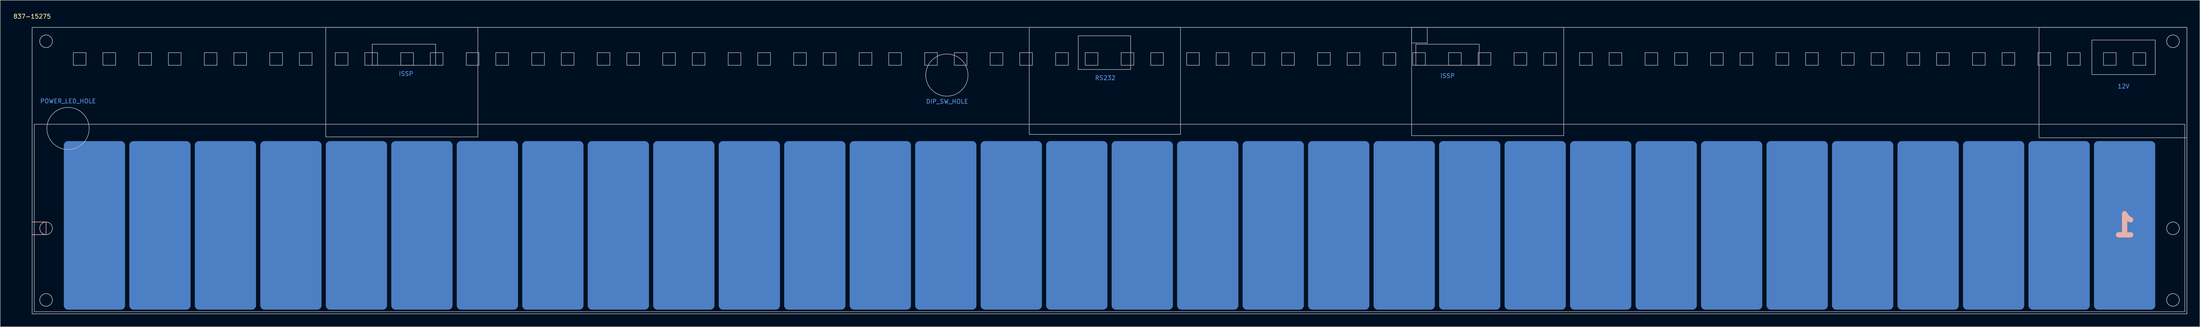
<source format=kicad_pcb>
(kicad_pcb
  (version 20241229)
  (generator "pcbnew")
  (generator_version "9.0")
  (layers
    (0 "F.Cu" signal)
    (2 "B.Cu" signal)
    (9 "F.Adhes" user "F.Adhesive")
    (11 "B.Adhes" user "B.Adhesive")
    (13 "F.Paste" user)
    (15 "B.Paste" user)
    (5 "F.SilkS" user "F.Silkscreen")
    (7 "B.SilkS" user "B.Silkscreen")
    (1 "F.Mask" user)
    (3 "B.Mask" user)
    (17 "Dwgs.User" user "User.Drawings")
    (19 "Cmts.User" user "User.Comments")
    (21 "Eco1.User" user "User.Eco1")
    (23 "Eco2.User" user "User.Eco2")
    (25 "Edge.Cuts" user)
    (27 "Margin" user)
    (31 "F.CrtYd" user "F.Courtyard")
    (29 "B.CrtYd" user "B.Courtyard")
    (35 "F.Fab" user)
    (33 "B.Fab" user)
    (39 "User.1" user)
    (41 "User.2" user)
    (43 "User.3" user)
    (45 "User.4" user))
  (footprint "837-15275"
    (layer "F.Cu")
    (at 4.554 3.448)
    (property "Reference" "837-15275" (at 0 -2.6 0) (unlocked yes) (layer "F.SilkS") (effects (font (size 1 1) (thickness 0.15))))
    (attr smd)
    (fp_rect (start 3.3 46.2) (end 0 49.2) (stroke (width 0.12) (type solid)) (fill no) (layer "F.SilkS"))
    (fp_rect (start 3.3 46.2) (end 0 49.2) (stroke (width 0.12) (type solid)) (fill no) (layer "B.SilkS"))
    (fp_rect (start 0.5 23) (end 509.5 67.5) (stroke (width 0.12) (type solid)) (fill no) (layer "Dwgs.User"))
    (fp_rect (start 9.75 6) (end 12.75 9) (stroke (width 0.12) (type solid)) (fill no) (layer "Dwgs.User"))
    (fp_rect (start 16.75 6) (end 19.75 9) (stroke (width 0.12) (type solid)) (fill no) (layer "Dwgs.User"))
    (fp_rect (start 25.25 6) (end 28.25 9) (stroke (width 0.12) (type solid)) (fill no) (layer "Dwgs.User"))
    (fp_rect (start 32.25 6) (end 35.25 9) (stroke (width 0.12) (type solid)) (fill no) (layer "Dwgs.User"))
    (fp_rect (start 40.75 6) (end 43.75 9) (stroke (width 0.12) (type solid)) (fill no) (layer "Dwgs.User"))
    (fp_rect (start 47.75 6) (end 50.75 9) (stroke (width 0.12) (type solid)) (fill no) (layer "Dwgs.User"))
    (fp_rect (start 56.25 6) (end 59.25 9) (stroke (width 0.12) (type solid)) (fill no) (layer "Dwgs.User"))
    (fp_rect (start 63.25 6) (end 66.25 9) (stroke (width 0.12) (type solid)) (fill no) (layer "Dwgs.User"))
    (fp_rect (start 69.5 0) (end 105.5 26) (stroke (width 0.12) (type solid)) (fill no) (layer "Dwgs.User"))
    (fp_rect (start 71.75 6) (end 74.75 9) (stroke (width 0.12) (type solid)) (fill no) (layer "Dwgs.User"))
    (fp_rect (start 78.75 6) (end 81.75 9) (stroke (width 0.12) (type solid)) (fill no) (layer "Dwgs.User"))
    (fp_rect (start 80.5 4) (end 95.5 9) (stroke (width 0.12) (type solid)) (fill no) (layer "Dwgs.User"))
    (fp_rect (start 87.25 6) (end 90.25 9) (stroke (width 0.12) (type solid)) (fill no) (layer "Dwgs.User"))
    (fp_rect (start 94.25 6) (end 97.25 9) (stroke (width 0.12) (type solid)) (fill no) (layer "Dwgs.User"))
    (fp_rect (start 102.75 6) (end 105.75 9) (stroke (width 0.12) (type solid)) (fill no) (layer "Dwgs.User"))
    (fp_rect (start 109.75 6) (end 112.75 9) (stroke (width 0.12) (type solid)) (fill no) (layer "Dwgs.User"))
    (fp_rect (start 118.25 6) (end 121.25 9) (stroke (width 0.12) (type solid)) (fill no) (layer "Dwgs.User"))
    (fp_rect (start 125.25 6) (end 128.25 9) (stroke (width 0.12) (type solid)) (fill no) (layer "Dwgs.User"))
    (fp_rect (start 133.75 6) (end 136.75 9) (stroke (width 0.12) (type solid)) (fill no) (layer "Dwgs.User"))
    (fp_rect (start 140.75 6) (end 143.75 9) (stroke (width 0.12) (type solid)) (fill no) (layer "Dwgs.User"))
    (fp_rect (start 149.25 6) (end 152.25 9) (stroke (width 0.12) (type solid)) (fill no) (layer "Dwgs.User"))
    (fp_rect (start 156.25 6) (end 159.25 9) (stroke (width 0.12) (type solid)) (fill no) (layer "Dwgs.User"))
    (fp_rect (start 164.75 6) (end 167.75 9) (stroke (width 0.12) (type solid)) (fill no) (layer "Dwgs.User"))
    (fp_rect (start 171.75 6) (end 174.75 9) (stroke (width 0.12) (type solid)) (fill no) (layer "Dwgs.User"))
    (fp_rect (start 180.25 6) (end 183.25 9) (stroke (width 0.12) (type solid)) (fill no) (layer "Dwgs.User"))
    (fp_rect (start 187.25 6) (end 190.25 9) (stroke (width 0.12) (type solid)) (fill no) (layer "Dwgs.User"))
    (fp_rect (start 195.75 6) (end 198.75 9) (stroke (width 0.12) (type solid)) (fill no) (layer "Dwgs.User"))
    (fp_rect (start 202.75 6) (end 205.75 9) (stroke (width 0.12) (type solid)) (fill no) (layer "Dwgs.User"))
    (fp_rect (start 211.25 6) (end 214.25 9) (stroke (width 0.12) (type solid)) (fill no) (layer "Dwgs.User"))
    (fp_rect (start 218.25 6) (end 221.25 9) (stroke (width 0.12) (type solid)) (fill no) (layer "Dwgs.User"))
    (fp_rect (start 226.75 6) (end 229.75 9) (stroke (width 0.12) (type solid)) (fill no) (layer "Dwgs.User"))
    (fp_rect (start 233.75 6) (end 236.75 9) (stroke (width 0.12) (type solid)) (fill no) (layer "Dwgs.User"))
    (fp_rect (start 236 0) (end 271.8 25.4) (stroke (width 0.12) (type solid)) (fill no) (layer "Dwgs.User"))
    (fp_rect (start 242.25 6) (end 245.25 9) (stroke (width 0.12) (type solid)) (fill no) (layer "Dwgs.User"))
    (fp_rect (start 247.6 2) (end 260 10) (stroke (width 0.12) (type solid)) (fill no) (layer "Dwgs.User"))
    (fp_rect (start 249.25 6) (end 252.25 9) (stroke (width 0.12) (type solid)) (fill no) (layer "Dwgs.User"))
    (fp_rect (start 257.75 6) (end 260.75 9) (stroke (width 0.12) (type solid)) (fill no) (layer "Dwgs.User"))
    (fp_rect (start 264.75 6) (end 267.75 9) (stroke (width 0.12) (type solid)) (fill no) (layer "Dwgs.User"))
    (fp_rect (start 273.25 6) (end 276.25 9) (stroke (width 0.12) (type solid)) (fill no) (layer "Dwgs.User"))
    (fp_rect (start 280.25 6) (end 283.25 9) (stroke (width 0.12) (type solid)) (fill no) (layer "Dwgs.User"))
    (fp_rect (start 288.75 6) (end 291.75 9) (stroke (width 0.12) (type solid)) (fill no) (layer "Dwgs.User"))
    (fp_rect (start 295.75 6) (end 298.75 9) (stroke (width 0.12) (type solid)) (fill no) (layer "Dwgs.User"))
    (fp_rect (start 304.25 6) (end 307.25 9) (stroke (width 0.12) (type solid)) (fill no) (layer "Dwgs.User"))
    (fp_rect (start 311.25 6) (end 314.25 9) (stroke (width 0.12) (type solid)) (fill no) (layer "Dwgs.User"))
    (fp_rect (start 319.75 6) (end 322.75 9) (stroke (width 0.12) (type solid)) (fill no) (layer "Dwgs.User"))
    (fp_rect (start 326.5 0) (end 330.2 3.7) (stroke (width 0.12) (type solid)) (fill no) (layer "Dwgs.User"))
    (fp_rect (start 326.5 0) (end 362.5 25.7) (stroke (width 0.12) (type solid)) (fill no) (layer "Dwgs.User"))
    (fp_rect (start 326.75 6) (end 329.75 9) (stroke (width 0.12) (type solid)) (fill no) (layer "Dwgs.User"))
    (fp_rect (start 327.5 4) (end 342.5 9) (stroke (width 0.12) (type solid)) (fill no) (layer "Dwgs.User"))
    (fp_rect (start 335.25 6) (end 338.25 9) (stroke (width 0.12) (type solid)) (fill no) (layer "Dwgs.User"))
    (fp_rect (start 342.25 6) (end 345.25 9) (stroke (width 0.12) (type solid)) (fill no) (layer "Dwgs.User"))
    (fp_rect (start 350.75 6) (end 353.75 9) (stroke (width 0.12) (type solid)) (fill no) (layer "Dwgs.User"))
    (fp_rect (start 357.75 6) (end 360.75 9) (stroke (width 0.12) (type solid)) (fill no) (layer "Dwgs.User"))
    (fp_rect (start 366.25 6) (end 369.25 9) (stroke (width 0.12) (type solid)) (fill no) (layer "Dwgs.User"))
    (fp_rect (start 373.25 6) (end 376.25 9) (stroke (width 0.12) (type solid)) (fill no) (layer "Dwgs.User"))
    (fp_rect (start 381.75 6) (end 384.75 9) (stroke (width 0.12) (type solid)) (fill no) (layer "Dwgs.User"))
    (fp_rect (start 388.75 6) (end 391.75 9) (stroke (width 0.12) (type solid)) (fill no) (layer "Dwgs.User"))
    (fp_rect (start 397.25 6) (end 400.25 9) (stroke (width 0.12) (type solid)) (fill no) (layer "Dwgs.User"))
    (fp_rect (start 404.25 6) (end 407.25 9) (stroke (width 0.12) (type solid)) (fill no) (layer "Dwgs.User"))
    (fp_rect (start 412.75 6) (end 415.75 9) (stroke (width 0.12) (type solid)) (fill no) (layer "Dwgs.User"))
    (fp_rect (start 419.75 6) (end 422.75 9) (stroke (width 0.12) (type solid)) (fill no) (layer "Dwgs.User"))
    (fp_rect (start 428.25 6) (end 431.25 9) (stroke (width 0.12) (type solid)) (fill no) (layer "Dwgs.User"))
    (fp_rect (start 435.25 6) (end 438.25 9) (stroke (width 0.12) (type solid)) (fill no) (layer "Dwgs.User"))
    (fp_rect (start 443.75 6) (end 446.75 9) (stroke (width 0.12) (type solid)) (fill no) (layer "Dwgs.User"))
    (fp_rect (start 450.75 6) (end 453.75 9) (stroke (width 0.12) (type solid)) (fill no) (layer "Dwgs.User"))
    (fp_rect (start 459.25 6) (end 462.25 9) (stroke (width 0.12) (type solid)) (fill no) (layer "Dwgs.User"))
    (fp_rect (start 466.25 6) (end 469.25 9) (stroke (width 0.12) (type solid)) (fill no) (layer "Dwgs.User"))
    (fp_rect (start 474.75 6) (end 477.75 9) (stroke (width 0.12) (type solid)) (fill no) (layer "Dwgs.User"))
    (fp_rect (start 475 0) (end 510 26.2) (stroke (width 0.12) (type solid)) (fill no) (layer "Dwgs.User"))
    (fp_rect (start 481.75 6) (end 484.75 9) (stroke (width 0.12) (type solid)) (fill no) (layer "Dwgs.User"))
    (fp_rect (start 487.5 3) (end 502.5 11.2) (stroke (width 0.12) (type solid)) (fill no) (layer "Dwgs.User"))
    (fp_rect (start 490.25 6) (end 493.25 9) (stroke (width 0.12) (type solid)) (fill no) (layer "Dwgs.User"))
    (fp_rect (start 497.25 6) (end 500.25 9) (stroke (width 0.12) (type solid)) (fill no) (layer "Dwgs.User"))
    (fp_circle (center 8.5 24) (end 8.5 29) (stroke (width 0.12) (type solid)) (fill no) (layer "Dwgs.User"))
    (fp_circle (center 216.5 11.325) (end 216.5 16.325) (stroke (width 0.12) (type solid)) (fill no) (layer "Dwgs.User"))
    (fp_rect (start 0 0) (end 510 68) (stroke (width 0.12) (type solid)) (fill no) (layer "Edge.Cuts"))
    (fp_circle (center 3.3 3.3) (end 4.8 3.3) (stroke (width 0.12) (type solid)) (fill no) (layer "Edge.Cuts"))
    (fp_circle (center 3.3 47.7) (end 4.8 47.7) (stroke (width 0.12) (type solid)) (fill no) (layer "Edge.Cuts"))
    (fp_circle (center 3.3 64.7) (end 4.8 64.7) (stroke (width 0.12) (type solid)) (fill no) (layer "Edge.Cuts"))
    (fp_circle (center 506.7 3.3) (end 508.2 3.3) (stroke (width 0.12) (type solid)) (fill no) (layer "Edge.Cuts"))
    (fp_circle (center 506.7 47.7) (end 508.2 47.7) (stroke (width 0.12) (type solid)) (fill no) (layer "Edge.Cuts"))
    (fp_circle (center 506.7 64.7) (end 508.2 64.7) (stroke (width 0.12) (type solid)) (fill no) (layer "Edge.Cuts"))
    (fp_text user "1" (at 495.248 46.999 0) (unlocked yes) (layer "B.SilkS") (effects (font (size 5 5) (thickness 1.25)) (justify mirror)))
    (fp_text user "POWER_LED_HOLE" (at 8.5 17.5 0) (unlocked yes) (layer "Cmts.User") (effects (font (size 1 1) (thickness 0.15))))
    (fp_text user "DIP_SW_HOLE" (at 216.55 17.6 0) (unlocked yes) (layer "Cmts.User") (effects (font (size 1 1) (thickness 0.15))))
    (fp_text user "RS232" (at 254 12 0) (unlocked yes) (layer "Cmts.User") (effects (font (size 1 1) (thickness 0.15))))
    (fp_text user "ISSP" (at 335 11.5 0) (unlocked yes) (layer "Cmts.User") (effects (font (size 1 1) (thickness 0.15))))
    (fp_text user "ISSP" (at 88.5 11 0) (unlocked yes) (layer "Cmts.User") (effects (font (size 1 1) (thickness 0.15))))
    (fp_text user "12V" (at 495 14 0) (unlocked yes) (layer "Cmts.User") (effects (font (size 1 1) (thickness 0.15))))
    (pad "1" smd roundrect (at 495.248 46.999) (size 14.5 40) (layers "B.Cu") (roundrect_rratio 0.069))
    (pad "2" smd roundrect (at 479.748 46.999) (size 14.5 40) (layers "B.Cu") (roundrect_rratio 0.069))
    (pad "3" smd roundrect (at 464.249 47) (size 14.5 40) (layers "B.Cu") (roundrect_rratio 0.069))
    (pad "4" smd roundrect (at 448.749 47) (size 14.5 40) (layers "B.Cu") (roundrect_rratio 0.069))
    (pad "5" smd roundrect (at 433.248 47) (size 14.5 40) (layers "B.Cu") (roundrect_rratio 0.069))
    (pad "6" smd roundrect (at 417.748 47) (size 14.5 40) (layers "B.Cu") (roundrect_rratio 0.069))
    (pad "7" smd roundrect (at 402.249 47.001) (size 14.5 40) (layers "B.Cu") (roundrect_rratio 0.069))
    (pad "8" smd roundrect (at 386.749 47.001) (size 14.5 40) (layers "B.Cu") (roundrect_rratio 0.069))
    (pad "9" smd roundrect (at 371.248 46.999) (size 14.5 40) (layers "B.Cu") (roundrect_rratio 0.069))
    (pad "10" smd roundrect (at 355.748 46.999) (size 14.5 40) (layers "B.Cu") (roundrect_rratio 0.069))
    (pad "11" smd roundrect (at 340.249 47) (size 14.5 40) (layers "B.Cu") (roundrect_rratio 0.069))
    (pad "12" smd roundrect (at 324.749 47) (size 14.5 40) (layers "B.Cu") (roundrect_rratio 0.069))
    (pad "13" smd roundrect (at 309.248 47) (size 14.5 40) (layers "B.Cu") (roundrect_rratio 0.069))
    (pad "14" smd roundrect (at 293.748 47) (size 14.5 40) (layers "B.Cu") (roundrect_rratio 0.069))
    (pad "15" smd roundrect (at 278.249 47.001) (size 14.5 40) (layers "B.Cu") (roundrect_rratio 0.069))
    (pad "16" smd roundrect (at 262.749 47.001) (size 14.5 40) (layers "B.Cu") (roundrect_rratio 0.069))
    (pad "17" smd roundrect (at 247.249 46.999) (size 14.5 40) (layers "B.Cu") (roundrect_rratio 0.069))
    (pad "18" smd roundrect (at 231.749 46.999) (size 14.5 40) (layers "B.Cu") (roundrect_rratio 0.069))
    (pad "19" smd roundrect (at 216.249 47) (size 14.5 40) (layers "B.Cu") (roundrect_rratio 0.069))
    (pad "20" smd roundrect (at 200.749 47) (size 14.5 40) (layers "B.Cu") (roundrect_rratio 0.069))
    (pad "21" smd roundrect (at 185.249 47) (size 14.5 40) (layers "B.Cu") (roundrect_rratio 0.069))
    (pad "22" smd roundrect (at 169.749 47) (size 14.5 40) (layers "B.Cu") (roundrect_rratio 0.069))
    (pad "23" smd roundrect (at 154.249 47.001) (size 14.5 40) (layers "B.Cu") (roundrect_rratio 0.069))
    (pad "24" smd roundrect (at 138.749 47.001) (size 14.5 40) (layers "B.Cu") (roundrect_rratio 0.069))
    (pad "25" smd roundrect (at 123.249 46.999) (size 14.5 40) (layers "B.Cu") (roundrect_rratio 0.069))
    (pad "26" smd roundrect (at 107.749 46.999) (size 14.5 40) (layers "B.Cu") (roundrect_rratio 0.069))
    (pad "27" smd roundrect (at 92.249 47.001) (size 14.5 40) (layers "B.Cu") (roundrect_rratio 0.069))
    (pad "28" smd roundrect (at 76.749 47.001) (size 14.5 40) (layers "B.Cu") (roundrect_rratio 0.069))
    (pad "29" smd roundrect (at 61.249 47) (size 14.5 40) (layers "B.Cu") (roundrect_rratio 0.069))
    (pad "30" smd roundrect (at 45.749 47) (size 14.5 40) (layers "B.Cu") (roundrect_rratio 0.069))
    (pad "31" smd roundrect (at 30.25 47.001) (size 14.5 40) (layers "B.Cu") (roundrect_rratio 0.069))
    (pad "32" smd roundrect (at 14.749 47.001) (size 14.5 40) (layers "B.Cu") (roundrect_rratio 0.069)))
  (gr_rect
    (start -3 -3)
    (end 517.614 74.508)
    (stroke (width 0.1) (type default))
    (fill no)
    (layer "Edge.Cuts")))
</source>
